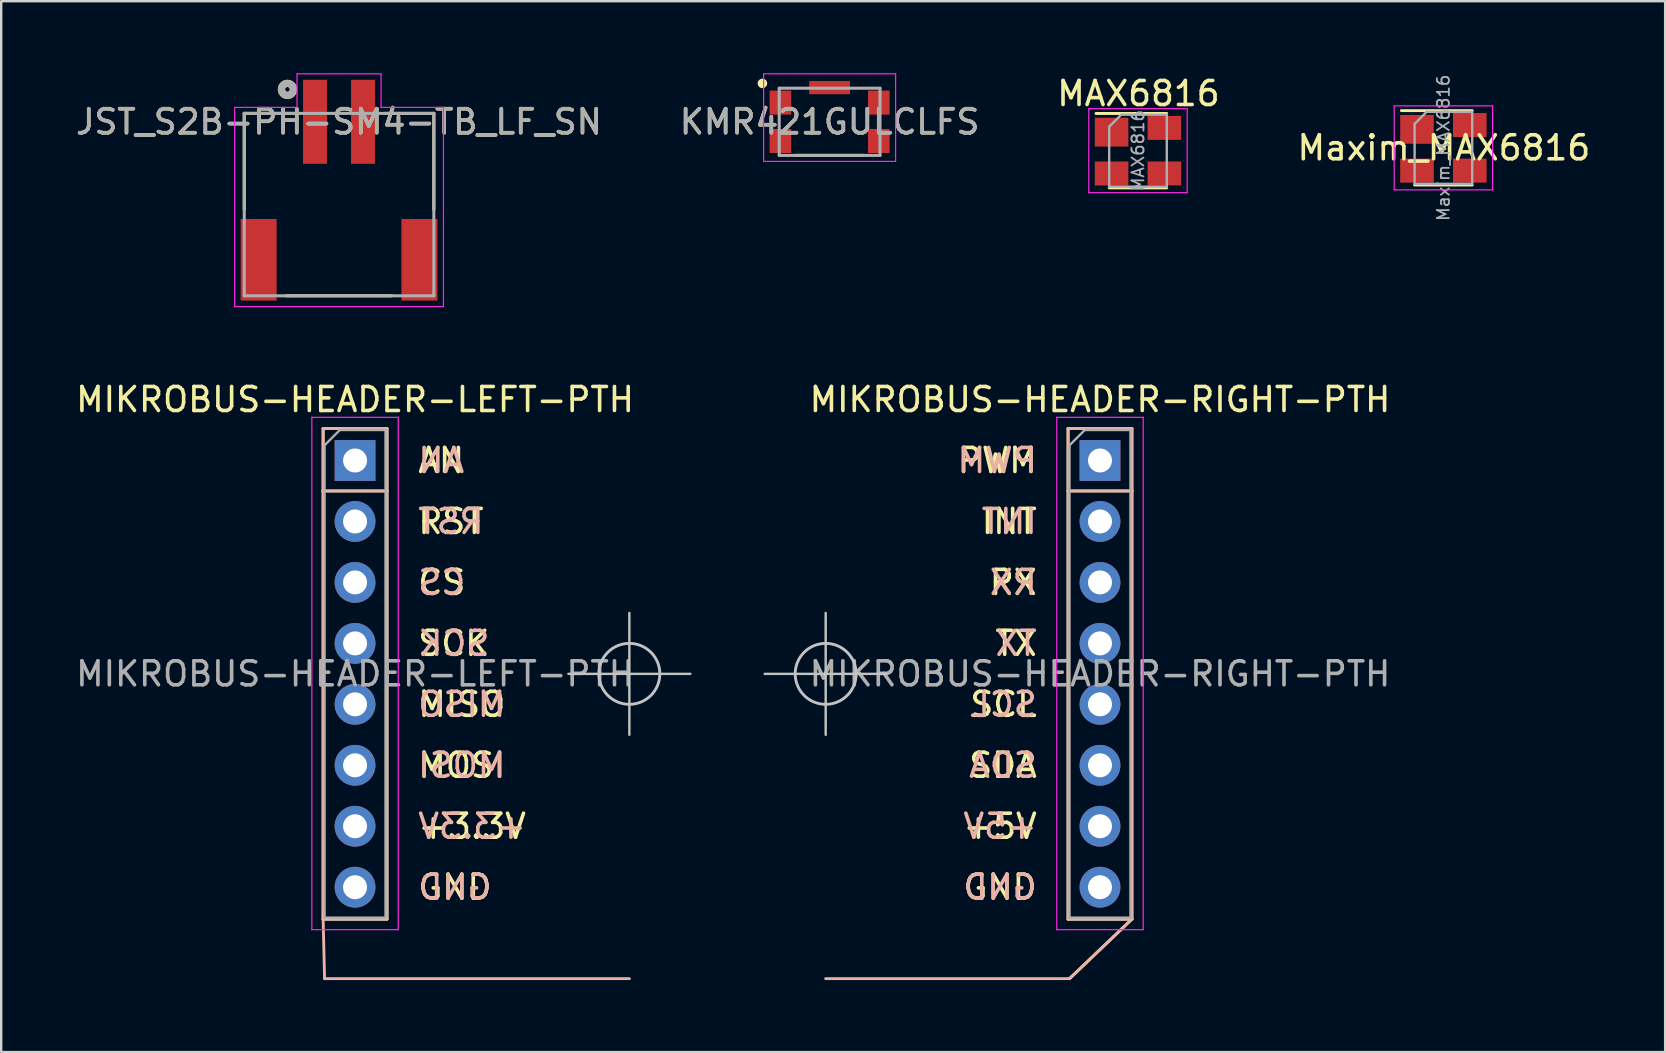
<source format=kicad_pcb>
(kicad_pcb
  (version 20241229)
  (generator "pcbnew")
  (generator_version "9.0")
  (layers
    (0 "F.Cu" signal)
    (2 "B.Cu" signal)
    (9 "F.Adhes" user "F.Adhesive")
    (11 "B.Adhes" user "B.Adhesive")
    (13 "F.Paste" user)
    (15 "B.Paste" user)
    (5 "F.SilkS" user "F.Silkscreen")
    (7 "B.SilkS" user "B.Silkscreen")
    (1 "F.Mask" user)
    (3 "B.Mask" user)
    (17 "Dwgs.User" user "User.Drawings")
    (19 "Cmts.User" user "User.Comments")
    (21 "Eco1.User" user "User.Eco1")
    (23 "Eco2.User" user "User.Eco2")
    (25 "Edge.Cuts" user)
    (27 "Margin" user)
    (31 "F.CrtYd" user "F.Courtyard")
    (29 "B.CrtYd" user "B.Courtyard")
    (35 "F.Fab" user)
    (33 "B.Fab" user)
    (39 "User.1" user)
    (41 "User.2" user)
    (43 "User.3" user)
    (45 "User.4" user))
  (footprint "Maxim_MAX6816"
    (layer "F.Cu")
    (at 57.093 3.11)
    (property "Reference" "Maxim_MAX6816" (at 0.02 0 0) (layer "F.SilkS") (effects (font (size 1 1) (thickness 0.15))))
    (attr smd)
    (fp_line (start -1.2 1.55) (end 1.2 1.55) (stroke (width 0.12) (type solid)) (layer "F.SilkS"))
    (fp_line (start 1.2 -1.55) (end -1.75 -1.55) (stroke (width 0.12) (type solid)) (layer "F.SilkS"))
    (fp_line (start -2.05 1.75) (end -2.05 -1.75) (stroke (width 0.05) (type solid)) (layer "F.CrtYd"))
    (fp_line (start -2.05 1.75) (end 2.05 1.75) (stroke (width 0.05) (type solid)) (layer "F.CrtYd"))
    (fp_line (start 2.05 -1.75) (end -2.05 -1.75) (stroke (width 0.05) (type solid)) (layer "F.CrtYd"))
    (fp_line (start 2.05 -1.75) (end 2.05 1.75) (stroke (width 0.05) (type solid)) (layer "F.CrtYd"))
    (fp_line (start -1.2 -1) (end -0.7 -1.5) (stroke (width 0.1) (type solid)) (layer "F.Fab"))
    (fp_line (start -1.2 1.5) (end -1.2 -1) (stroke (width 0.1) (type solid)) (layer "F.Fab"))
    (fp_line (start -0.7 -1.5) (end 1.2 -1.5) (stroke (width 0.1) (type solid)) (layer "F.Fab"))
    (fp_line (start 1.2 -1.5) (end 1.2 1.5) (stroke (width 0.1) (type solid)) (layer "F.Fab"))
    (fp_line (start 1.2 1.5) (end -1.2 1.5) (stroke (width 0.1) (type solid)) (layer "F.Fab"))
    (fp_text user "${REFERENCE}" (at 0 0 90) (layer "F.Fab") (effects (font (size 0.5 0.5) (thickness 0.075))))
    (pad "1" smd rect (at -1.1 -0.77 270) (size 1.2 1.4) (layers "F.Cu" "F.Mask" "F.Paste"))
    (pad "2" smd rect (at -1.1 0.95 270) (size 1 1.4) (layers "F.Cu" "F.Mask" "F.Paste"))
    (pad "3" smd rect (at 1.1 0.95 270) (size 1 1.4) (layers "F.Cu" "F.Mask" "F.Paste"))
    (pad "4" smd rect (at 1.1 -0.95 270) (size 1 1.4) (layers "F.Cu" "F.Mask" "F.Paste")))
  (footprint "KMR421GULCLFS"
    (layer "F.Cu")
    (at 31.518 2.025)
    (property "Reference" "KMR421GULCLFS" (at 0 0 0) (layer "F.SilkS") (effects (font (size 1 1) (thickness 0.15))))
    (attr smd)
    (fp_line (start -1.4 1.4) (end 1.4 1.4) (stroke (width 0.127) (type solid)) (layer "F.SilkS"))
    (fp_circle (center -2.8 -1.6) (end -2.7 -1.6) (stroke (width 0.2) (type solid)) (fill no) (layer "F.SilkS"))
    (fp_line (start -2.75 -2) (end 2.75 -2) (stroke (width 0.05) (type solid)) (layer "F.CrtYd"))
    (fp_line (start -2.75 1.65) (end -2.75 -2) (stroke (width 0.05) (type solid)) (layer "F.CrtYd"))
    (fp_line (start 2.75 -2) (end 2.75 1.65) (stroke (width 0.05) (type solid)) (layer "F.CrtYd"))
    (fp_line (start 2.75 1.65) (end -2.75 1.65) (stroke (width 0.05) (type solid)) (layer "F.CrtYd"))
    (fp_line (start -2.1 -1.4) (end 2.1 -1.4) (stroke (width 0.127) (type solid)) (layer "F.Fab"))
    (fp_line (start -2.1 1.4) (end -2.1 -1.4) (stroke (width 0.127) (type solid)) (layer "F.Fab"))
    (fp_line (start 2.1 -1.4) (end 2.1 1.4) (stroke (width 0.127) (type solid)) (layer "F.Fab"))
    (fp_line (start 2.1 1.4) (end -2.1 1.4) (stroke (width 0.127) (type solid)) (layer "F.Fab"))
    (fp_text user "${REFERENCE}" (at 0 0 0) (layer "F.Fab") (effects (font (size 1 1) (thickness 0.15))))
    (pad "1" smd rect (at -2.05 -0.8) (size 0.9 1) (layers "F.Cu" "F.Mask" "F.Paste"))
    (pad "2" smd rect (at -2.05 0.8) (size 0.9 1) (layers "F.Cu" "F.Mask" "F.Paste"))
    (pad "3" smd rect (at 2.05 0.8) (size 0.9 1) (layers "F.Cu" "F.Mask" "F.Paste"))
    (pad "4" smd rect (at 2.05 -0.8) (size 0.9 1) (layers "F.Cu" "F.Mask" "F.Paste"))
    (pad "5" smd rect (at 0 -1.425) (size 1.7 0.55) (layers "F.Cu" "F.Mask" "F.Paste")))
  (footprint "MAX6816"
    (layer "F.Cu")
    (at 44.367 3.228)
    (property "Reference" "MAX6816" (at 0.02 -2.38 0) (layer "F.SilkS") (effects (font (size 1 1) (thickness 0.15))))
    (attr smd)
    (fp_line (start -1.2 1.55) (end 1.2 1.55) (stroke (width 0.12) (type solid)) (layer "F.SilkS"))
    (fp_line (start 1.2 -1.55) (end -1.75 -1.55) (stroke (width 0.12) (type solid)) (layer "F.SilkS"))
    (fp_line (start -2.05 1.75) (end -2.05 -1.75) (stroke (width 0.05) (type solid)) (layer "F.CrtYd"))
    (fp_line (start -2.05 1.75) (end 2.05 1.75) (stroke (width 0.05) (type solid)) (layer "F.CrtYd"))
    (fp_line (start 2.05 -1.75) (end -2.05 -1.75) (stroke (width 0.05) (type solid)) (layer "F.CrtYd"))
    (fp_line (start 2.05 -1.75) (end 2.05 1.75) (stroke (width 0.05) (type solid)) (layer "F.CrtYd"))
    (fp_line (start -1.2 -1) (end -0.7 -1.5) (stroke (width 0.1) (type solid)) (layer "F.Fab"))
    (fp_line (start -1.2 1.5) (end -1.2 -1) (stroke (width 0.1) (type solid)) (layer "F.Fab"))
    (fp_line (start -0.7 -1.5) (end 1.2 -1.5) (stroke (width 0.1) (type solid)) (layer "F.Fab"))
    (fp_line (start 1.2 -1.5) (end 1.2 1.5) (stroke (width 0.1) (type solid)) (layer "F.Fab"))
    (fp_line (start 1.2 1.5) (end -1.2 1.5) (stroke (width 0.1) (type solid)) (layer "F.Fab"))
    (fp_text user "${REFERENCE}" (at 0 0 90) (layer "F.Fab") (effects (font (size 0.5 0.5) (thickness 0.075))))
    (pad "1" smd rect (at -1.1 -0.77 270) (size 1.2 1.4) (layers "F.Cu" "F.Mask" "F.Paste"))
    (pad "2" smd rect (at -1.1 0.95 270) (size 1 1.4) (layers "F.Cu" "F.Mask" "F.Paste"))
    (pad "3" smd rect (at 1.1 0.95 270) (size 1 1.4) (layers "F.Cu" "F.Mask" "F.Paste"))
    (pad "4" smd rect (at 1.1 -0.95 270) (size 1 1.4) (layers "F.Cu" "F.Mask" "F.Paste")))
  (footprint "MIKROBUS-HEADER-LEFT-PTH"
    (layer "F.Cu")
    (at 23.174 25.028)
    (property "Reference" "MIKROBUS-HEADER-LEFT-PTH" (at -11.43 -11.43 0) (unlocked yes) (layer "F.SilkS") (effects (font (size 1 1) (thickness 0.15))))
    (attr through_hole)
    (fp_line (start -12.76 -10.22) (end -10.1 -10.22) (stroke (width 0.12) (type solid)) (layer "F.SilkS"))
    (fp_line (start -12.76 -7.62) (end -12.76 -10.22) (stroke (width 0.12) (type solid)) (layer "F.SilkS"))
    (fp_line (start -12.76 -7.62) (end -12.76 10.22) (stroke (width 0.12) (type solid)) (layer "F.SilkS"))
    (fp_line (start -12.76 -7.62) (end -10.1 -7.62) (stroke (width 0.12) (type solid)) (layer "F.SilkS"))
    (fp_line (start -12.76 10.22) (end -10.1 10.22) (stroke (width 0.12) (type solid)) (layer "F.SilkS"))
    (fp_line (start -10.1 -7.62) (end -10.1 -10.22) (stroke (width 0.12) (type solid)) (layer "F.SilkS"))
    (fp_line (start -10.1 -7.62) (end -10.1 10.22) (stroke (width 0.12) (type solid)) (layer "F.SilkS"))
    (fp_line (start -12.76 -10.22) (end -10.1 -10.22) (stroke (width 0.12) (type solid)) (layer "B.SilkS"))
    (fp_line (start -12.76 -7.62) (end -12.76 -10.22) (stroke (width 0.12) (type solid)) (layer "B.SilkS"))
    (fp_line (start -12.76 -7.62) (end -12.76 10.22) (stroke (width 0.12) (type solid)) (layer "B.SilkS"))
    (fp_line (start -12.76 -7.62) (end -10.1 -7.62) (stroke (width 0.12) (type solid)) (layer "B.SilkS"))
    (fp_line (start -12.76 10.22) (end -12.7 12.7) (stroke (width 0.12) (type solid)) (layer "B.SilkS"))
    (fp_line (start -12.76 10.22) (end -10.1 10.22) (stroke (width 0.12) (type solid)) (layer "B.SilkS"))
    (fp_line (start -12.7 12.7) (end 0 12.7) (stroke (width 0.12) (type solid)) (layer "B.SilkS"))
    (fp_line (start -10.1 -7.62) (end -10.1 -10.22) (stroke (width 0.12) (type solid)) (layer "B.SilkS"))
    (fp_line (start -10.1 -7.62) (end -10.1 10.22) (stroke (width 0.12) (type solid)) (layer "B.SilkS"))
    (fp_line (start -2.54 0) (end 2.54 0) (stroke (width 0.1) (type solid)) (layer "Dwgs.User"))
    (fp_line (start 0 -2.54) (end 0 2.54) (stroke (width 0.1) (type solid)) (layer "Dwgs.User"))
    (fp_circle (center 0 0) (end 1.27 0) (stroke (width 0.12) (type solid)) (fill no) (layer "Dwgs.User"))
    (fp_line (start -13.23 -10.69) (end -13.23 10.66) (stroke (width 0.05) (type solid)) (layer "F.CrtYd"))
    (fp_line (start -13.23 10.66) (end -9.63 10.66) (stroke (width 0.05) (type solid)) (layer "F.CrtYd"))
    (fp_line (start -9.63 -10.69) (end -13.23 -10.69) (stroke (width 0.05) (type solid)) (layer "F.CrtYd"))
    (fp_line (start -9.63 10.66) (end -9.63 -10.69) (stroke (width 0.05) (type solid)) (layer "F.CrtYd"))
    (fp_line (start -12.7 -9.525) (end -12.065 -10.16) (stroke (width 0.1) (type solid)) (layer "F.Fab"))
    (fp_line (start -12.7 10.16) (end -12.7 -9.525) (stroke (width 0.1) (type solid)) (layer "F.Fab"))
    (fp_line (start -12.065 -10.16) (end -10.16 -10.16) (stroke (width 0.1) (type solid)) (layer "F.Fab"))
    (fp_line (start -10.16 -10.16) (end -10.16 10.16) (stroke (width 0.1) (type solid)) (layer "F.Fab"))
    (fp_line (start -10.16 10.16) (end -12.7 10.16) (stroke (width 0.1) (type solid)) (layer "F.Fab"))
    (fp_text user "MOSI" (at -8.89 3.81 0) (unlocked yes) (layer "F.SilkS") (effects (font (size 1 1) (thickness 0.15)) (justify left)))
    (fp_text user "RST" (at -8.89 -6.35 0) (unlocked yes) (layer "F.SilkS") (effects (font (size 1 1) (thickness 0.15)) (justify left)))
    (fp_text user "CS" (at -8.89 -3.81 0) (unlocked yes) (layer "F.SilkS") (effects (font (size 1 1) (thickness 0.15)) (justify left)))
    (fp_text user "MISO" (at -8.89 1.27 0) (unlocked yes) (layer "F.SilkS") (effects (font (size 1 1) (thickness 0.15)) (justify left)))
    (fp_text user "+3.3V" (at -8.89 6.35 0) (unlocked yes) (layer "F.SilkS") (effects (font (size 1 1) (thickness 0.15)) (justify left)))
    (fp_text user "GND" (at -8.89 8.89 0) (unlocked yes) (layer "F.SilkS") (effects (font (size 1 1) (thickness 0.15)) (justify left)))
    (fp_text user "SCK" (at -8.89 -1.27 0) (unlocked yes) (layer "F.SilkS") (effects (font (size 1 1) (thickness 0.15)) (justify left)))
    (fp_text user "AN" (at -8.89 -8.89 0) (unlocked yes) (layer "F.SilkS") (effects (font (size 1 1) (thickness 0.15)) (justify left)))
    (fp_text user "GND" (at -8.89 8.89 0) (unlocked yes) (layer "B.SilkS") (effects (font (size 1 1) (thickness 0.15)) (justify right mirror)))
    (fp_text user "AN" (at -8.89 -8.89 0) (unlocked yes) (layer "B.SilkS") (effects (font (size 1 1) (thickness 0.15)) (justify right mirror)))
    (fp_text user "SCK" (at -8.89 -1.27 0) (unlocked yes) (layer "B.SilkS") (effects (font (size 1 1) (thickness 0.15)) (justify right mirror)))
    (fp_text user "MISO" (at -8.89 1.27 0) (unlocked yes) (layer "B.SilkS") (effects (font (size 1 1) (thickness 0.15)) (justify right mirror)))
    (fp_text user "CS" (at -8.89 -3.81 0) (unlocked yes) (layer "B.SilkS") (effects (font (size 1 1) (thickness 0.15)) (justify right mirror)))
    (fp_text user "+3.3V" (at -8.89 6.35 0) (unlocked yes) (layer "B.SilkS") (effects (font (size 1 1) (thickness 0.15)) (justify right mirror)))
    (fp_text user "RST" (at -8.89 -6.35 0) (unlocked yes) (layer "B.SilkS") (effects (font (size 1 1) (thickness 0.15)) (justify right mirror)))
    (fp_text user "MOSI" (at -8.89 3.81 0) (unlocked yes) (layer "B.SilkS") (effects (font (size 1 1) (thickness 0.15)) (justify right mirror)))
    (fp_text user "${REFERENCE}" (at -11.43 0 0) (unlocked yes) (layer "F.Fab") (effects (font (size 1 1) (thickness 0.15))))
    (pad "+3.3V" thru_hole oval (at -11.43 6.35) (size 1.7 1.7) (drill 1) (layers "*.Cu" "*.Mask"))
    (pad "AN" thru_hole rect (at -11.43 -8.89) (size 1.7 1.7) (drill 1) (layers "*.Cu" "*.Mask"))
    (pad "CS" thru_hole oval (at -11.43 -3.81) (size 1.7 1.7) (drill 1) (layers "*.Cu" "*.Mask"))
    (pad "GND" thru_hole oval (at -11.43 8.89) (size 1.7 1.7) (drill 1) (layers "*.Cu" "*.Mask"))
    (pad "MISO" thru_hole oval (at -11.43 1.27) (size 1.7 1.7) (drill 1) (layers "*.Cu" "*.Mask"))
    (pad "MOSI" thru_hole oval (at -11.43 3.81) (size 1.7 1.7) (drill 1) (layers "*.Cu" "*.Mask"))
    (pad "RST" thru_hole oval (at -11.43 -6.35) (size 1.7 1.7) (drill 1) (layers "*.Cu" "*.Mask"))
    (pad "SCK" thru_hole oval (at -11.43 -1.27) (size 1.7 1.7) (drill 1) (layers "*.Cu" "*.Mask")))
  (footprint "MIKROBUS-HEADER-RIGHT-PTH"
    (layer "F.Cu")
    (at 31.354 25.028)
    (property "Reference" "MIKROBUS-HEADER-RIGHT-PTH" (at 11.43 -11.43 0) (unlocked yes) (layer "F.SilkS") (effects (font (size 1 1) (thickness 0.15))))
    (attr through_hole)
    (fp_line (start 10.1 -10.22) (end 12.76 -10.22) (stroke (width 0.12) (type solid)) (layer "F.SilkS"))
    (fp_line (start 10.1 -7.62) (end 10.1 -10.22) (stroke (width 0.12) (type solid)) (layer "F.SilkS"))
    (fp_line (start 10.1 -7.62) (end 10.1 10.22) (stroke (width 0.12) (type solid)) (layer "F.SilkS"))
    (fp_line (start 10.1 -7.62) (end 12.76 -7.62) (stroke (width 0.12) (type solid)) (layer "F.SilkS"))
    (fp_line (start 10.1 10.22) (end 12.76 10.22) (stroke (width 0.12) (type solid)) (layer "F.SilkS"))
    (fp_line (start 12.76 -7.62) (end 12.76 -10.22) (stroke (width 0.12) (type solid)) (layer "F.SilkS"))
    (fp_line (start 12.76 -7.62) (end 12.76 10.22) (stroke (width 0.12) (type solid)) (layer "F.SilkS"))
    (fp_line (start 12.76 10.22) (end 10.16 12.7) (stroke (width 0.12) (type solid)) (layer "F.SilkS"))
    (fp_line (start 10.1 -10.22) (end 12.76 -10.22) (stroke (width 0.12) (type solid)) (layer "B.SilkS"))
    (fp_line (start 10.1 -7.62) (end 10.1 -10.22) (stroke (width 0.12) (type solid)) (layer "B.SilkS"))
    (fp_line (start 10.1 -7.62) (end 10.1 10.22) (stroke (width 0.12) (type solid)) (layer "B.SilkS"))
    (fp_line (start 10.1 -7.62) (end 12.76 -7.62) (stroke (width 0.12) (type solid)) (layer "B.SilkS"))
    (fp_line (start 10.1 10.22) (end 12.76 10.22) (stroke (width 0.12) (type solid)) (layer "B.SilkS"))
    (fp_line (start 10.16 12.7) (end 0 12.7) (stroke (width 0.12) (type solid)) (layer "B.SilkS"))
    (fp_line (start 12.76 -7.62) (end 12.76 -10.22) (stroke (width 0.12) (type solid)) (layer "B.SilkS"))
    (fp_line (start 12.76 -7.62) (end 12.76 10.22) (stroke (width 0.12) (type solid)) (layer "B.SilkS"))
    (fp_line (start 12.76 10.22) (end 10.16 12.7) (stroke (width 0.12) (type solid)) (layer "B.SilkS"))
    (fp_line (start -2.54 0) (end 2.54 0) (stroke (width 0.1) (type solid)) (layer "Dwgs.User"))
    (fp_line (start 0 -2.54) (end 0 2.54) (stroke (width 0.1) (type solid)) (layer "Dwgs.User"))
    (fp_circle (center 0 0) (end 1.27 0) (stroke (width 0.12) (type solid)) (fill no) (layer "Dwgs.User"))
    (fp_line (start 9.63 -10.69) (end 9.63 10.66) (stroke (width 0.05) (type solid)) (layer "F.CrtYd"))
    (fp_line (start 9.63 10.66) (end 13.23 10.66) (stroke (width 0.05) (type solid)) (layer "F.CrtYd"))
    (fp_line (start 13.23 -10.69) (end 9.63 -10.69) (stroke (width 0.05) (type solid)) (layer "F.CrtYd"))
    (fp_line (start 13.23 10.66) (end 13.23 -10.69) (stroke (width 0.05) (type solid)) (layer "F.CrtYd"))
    (fp_line (start 10.16 -9.525) (end 10.795 -10.16) (stroke (width 0.1) (type solid)) (layer "F.Fab"))
    (fp_line (start 10.16 10.16) (end 10.16 -9.525) (stroke (width 0.1) (type solid)) (layer "F.Fab"))
    (fp_line (start 10.795 -10.16) (end 12.7 -10.16) (stroke (width 0.1) (type solid)) (layer "F.Fab"))
    (fp_line (start 12.7 -10.16) (end 12.7 10.16) (stroke (width 0.1) (type solid)) (layer "F.Fab"))
    (fp_line (start 12.7 10.16) (end 10.16 10.16) (stroke (width 0.1) (type solid)) (layer "F.Fab"))
    (fp_text user "INT" (at 8.89 -6.35 0) (unlocked yes) (layer "F.SilkS") (effects (font (size 1 1) (thickness 0.15)) (justify right)))
    (fp_text user "PWM" (at 8.89 -8.89 0) (unlocked yes) (layer "F.SilkS") (effects (font (size 1 1) (thickness 0.15)) (justify right)))
    (fp_text user "SCL" (at 8.89 1.27 0) (unlocked yes) (layer "F.SilkS") (effects (font (size 1 1) (thickness 0.15)) (justify right)))
    (fp_text user "RX" (at 8.89 -3.81 0) (unlocked yes) (layer "F.SilkS") (effects (font (size 1 1) (thickness 0.15)) (justify right)))
    (fp_text user "SDA" (at 8.89 3.81 0) (unlocked yes) (layer "F.SilkS") (effects (font (size 1 1) (thickness 0.15)) (justify right)))
    (fp_text user "+5V" (at 8.89 6.35 0) (unlocked yes) (layer "F.SilkS") (effects (font (size 1 1) (thickness 0.15)) (justify right)))
    (fp_text user "GND" (at 8.89 8.89 0) (unlocked yes) (layer "F.SilkS") (effects (font (size 1 1) (thickness 0.15)) (justify right)))
    (fp_text user "TX" (at 8.89 -1.27 0) (unlocked yes) (layer "F.SilkS") (effects (font (size 1 1) (thickness 0.15)) (justify right)))
    (fp_text user "INT" (at 8.89 -6.35 0) (unlocked yes) (layer "B.SilkS") (effects (font (size 1 1) (thickness 0.15)) (justify left mirror)))
    (fp_text user "SCL" (at 8.89 1.27 0) (unlocked yes) (layer "B.SilkS") (effects (font (size 1 1) (thickness 0.15)) (justify left mirror)))
    (fp_text user "RX" (at 8.89 -3.81 0) (unlocked yes) (layer "B.SilkS") (effects (font (size 1 1) (thickness 0.15)) (justify left mirror)))
    (fp_text user "GND" (at 8.89 8.89 0) (unlocked yes) (layer "B.SilkS") (effects (font (size 1 1) (thickness 0.15)) (justify left mirror)))
    (fp_text user "PWM" (at 8.89 -8.89 0) (unlocked yes) (layer "B.SilkS") (effects (font (size 1 1) (thickness 0.15)) (justify left mirror)))
    (fp_text user "TX" (at 8.89 -1.27 0) (unlocked yes) (layer "B.SilkS") (effects (font (size 1 1) (thickness 0.15)) (justify left mirror)))
    (fp_text user "+5V" (at 8.89 6.35 0) (unlocked yes) (layer "B.SilkS") (effects (font (size 1 1) (thickness 0.15)) (justify left mirror)))
    (fp_text user "SDA" (at 8.89 3.81 0) (unlocked yes) (layer "B.SilkS") (effects (font (size 1 1) (thickness 0.15)) (justify left mirror)))
    (fp_text user "${REFERENCE}" (at 11.43 0 0) (unlocked yes) (layer "F.Fab") (effects (font (size 1 1) (thickness 0.15))))
    (pad "+5V" thru_hole oval (at 11.43 6.35) (size 1.7 1.7) (drill 1) (layers "*.Cu" "*.Mask"))
    (pad "GND" thru_hole oval (at 11.43 8.89) (size 1.7 1.7) (drill 1) (layers "*.Cu" "*.Mask"))
    (pad "INT" thru_hole oval (at 11.43 -6.35) (size 1.7 1.7) (drill 1) (layers "*.Cu" "*.Mask"))
    (pad "PWM" thru_hole rect (at 11.43 -8.89) (size 1.7 1.7) (drill 1) (layers "*.Cu" "*.Mask"))
    (pad "RX" thru_hole oval (at 11.43 -3.81) (size 1.7 1.7) (drill 1) (layers "*.Cu" "*.Mask"))
    (pad "SCL" thru_hole oval (at 11.43 1.27) (size 1.7 1.7) (drill 1) (layers "*.Cu" "*.Mask"))
    (pad "SDA" thru_hole oval (at 11.43 3.81) (size 1.7 1.7) (drill 1) (layers "*.Cu" "*.Mask"))
    (pad "TX" thru_hole oval (at 11.43 -1.27) (size 1.7 1.7) (drill 1) (layers "*.Cu" "*.Mask")))
  (footprint "JST_S2B-PH-SM4-TB_LF_SN"
    (layer "F.Cu")
    (at 11.077 2.025)
    (property "Reference" "JST_S2B-PH-SM4-TB_LF_SN" (at 0 0 0) (layer "F.SilkS") (effects (font (size 1 1) (thickness 0.15))))
    (attr smd)
    (fp_line (start -3.95 -0.35) (end -3.95 3.65) (stroke (width 0.127) (type solid)) (layer "F.SilkS"))
    (fp_line (start -2.2 7.25) (end 2.2 7.25) (stroke (width 0.127) (type solid)) (layer "F.SilkS"))
    (fp_line (start -1.9 -0.35) (end -3.95 -0.35) (stroke (width 0.127) (type solid)) (layer "F.SilkS"))
    (fp_line (start 3.95 -0.35) (end 1.9 -0.35) (stroke (width 0.127) (type solid)) (layer "F.SilkS"))
    (fp_line (start 3.95 3.65) (end 3.95 -0.35) (stroke (width 0.127) (type solid)) (layer "F.SilkS"))
    (fp_circle (center -2.15 -1.35) (end -2.05 -1.35) (stroke (width 0.3) (type solid)) (fill no) (layer "F.SilkS"))
    (fp_line (start -4.35 -0.6) (end -1.75 -0.6) (stroke (width 0.05) (type solid)) (layer "F.CrtYd"))
    (fp_line (start -4.35 7.7) (end -4.35 -0.6) (stroke (width 0.05) (type solid)) (layer "F.CrtYd"))
    (fp_line (start -1.75 -2) (end 1.75 -2) (stroke (width 0.05) (type solid)) (layer "F.CrtYd"))
    (fp_line (start -1.75 -0.6) (end -1.75 -2) (stroke (width 0.05) (type solid)) (layer "F.CrtYd"))
    (fp_line (start 1.75 -2) (end 1.75 -0.6) (stroke (width 0.05) (type solid)) (layer "F.CrtYd"))
    (fp_line (start 1.75 -0.6) (end 4.35 -0.6) (stroke (width 0.05) (type solid)) (layer "F.CrtYd"))
    (fp_line (start 4.35 -0.6) (end 4.35 7.7) (stroke (width 0.05) (type solid)) (layer "F.CrtYd"))
    (fp_line (start 4.35 7.7) (end -4.35 7.7) (stroke (width 0.05) (type solid)) (layer "F.CrtYd"))
    (fp_line (start -3.95 -0.35) (end 3.95 -0.35) (stroke (width 0.127) (type solid)) (layer "F.Fab"))
    (fp_line (start -3.95 7.25) (end -3.95 -0.35) (stroke (width 0.127) (type solid)) (layer "F.Fab"))
    (fp_line (start 3.95 -0.35) (end 3.95 7.25) (stroke (width 0.127) (type solid)) (layer "F.Fab"))
    (fp_line (start 3.95 7.25) (end -3.95 7.25) (stroke (width 0.127) (type solid)) (layer "F.Fab"))
    (fp_circle (center -2.15 -1.35) (end -2.05 -1.35) (stroke (width 0.3) (type solid)) (fill no) (layer "F.Fab"))
    (fp_text user "${REFERENCE}" (at 0 0 0) (layer "F.Fab") (effects (font (size 1 1) (thickness 0.15))))
    (pad "1" smd rect (at -1 0) (size 1 3.5) (layers "F.Cu" "F.Mask" "F.Paste"))
    (pad "2" smd rect (at 1 0) (size 1 3.5) (layers "F.Cu" "F.Mask" "F.Paste"))
    (pad "S1" smd rect (at -3.35 5.75) (size 1.5 3.4) (layers "F.Cu" "F.Mask" "F.Paste"))
    (pad "S2" smd rect (at 3.35 5.75) (size 1.5 3.4) (layers "F.Cu" "F.Mask" "F.Paste")))
  (gr_rect
    (start -3 -3)
    (end 66.333 40.788)
    (stroke (width 0.1) (type default))
    (fill no)
    (layer "Edge.Cuts")))
</source>
